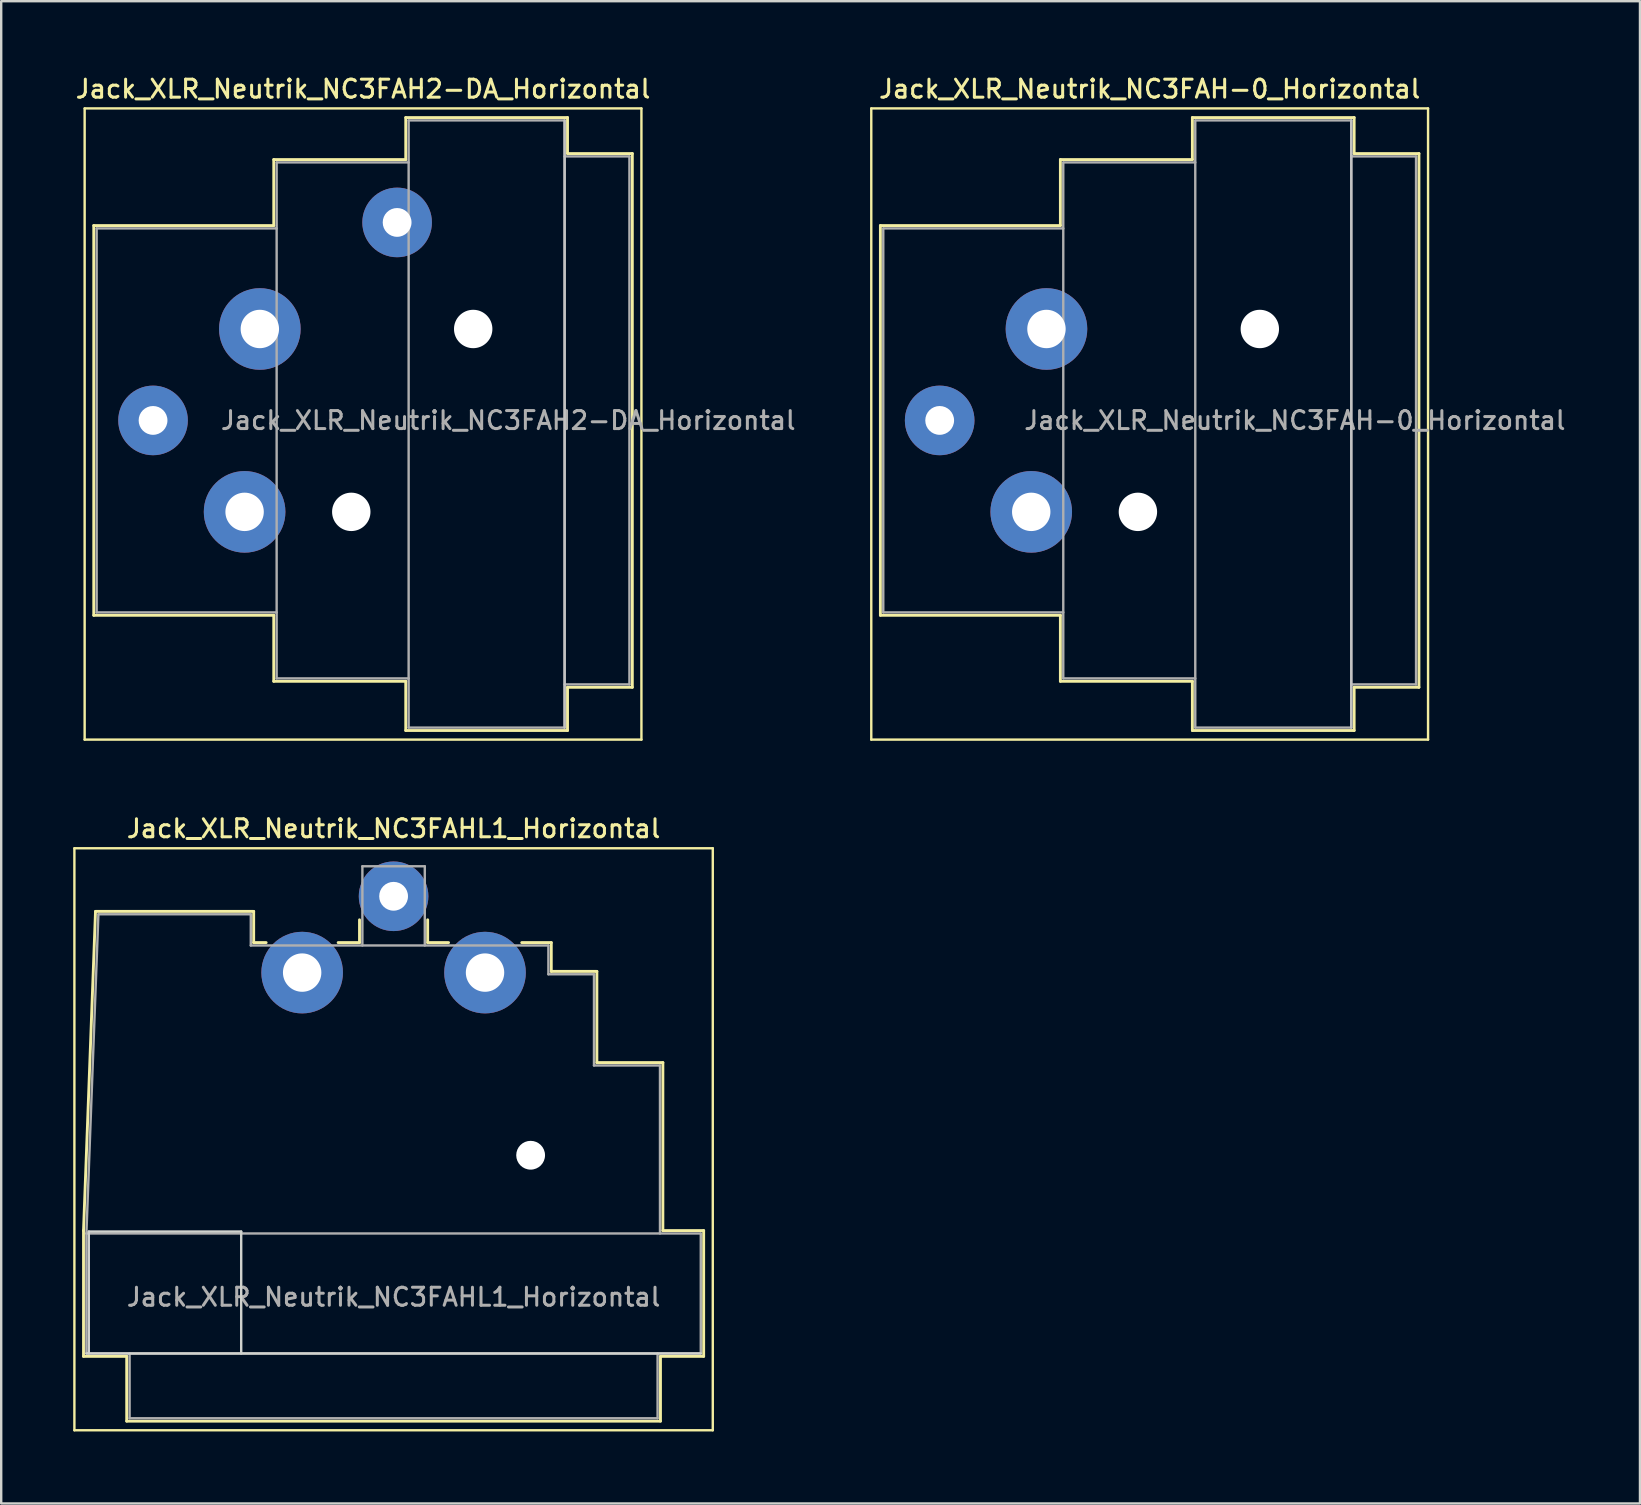
<source format=kicad_pcb>
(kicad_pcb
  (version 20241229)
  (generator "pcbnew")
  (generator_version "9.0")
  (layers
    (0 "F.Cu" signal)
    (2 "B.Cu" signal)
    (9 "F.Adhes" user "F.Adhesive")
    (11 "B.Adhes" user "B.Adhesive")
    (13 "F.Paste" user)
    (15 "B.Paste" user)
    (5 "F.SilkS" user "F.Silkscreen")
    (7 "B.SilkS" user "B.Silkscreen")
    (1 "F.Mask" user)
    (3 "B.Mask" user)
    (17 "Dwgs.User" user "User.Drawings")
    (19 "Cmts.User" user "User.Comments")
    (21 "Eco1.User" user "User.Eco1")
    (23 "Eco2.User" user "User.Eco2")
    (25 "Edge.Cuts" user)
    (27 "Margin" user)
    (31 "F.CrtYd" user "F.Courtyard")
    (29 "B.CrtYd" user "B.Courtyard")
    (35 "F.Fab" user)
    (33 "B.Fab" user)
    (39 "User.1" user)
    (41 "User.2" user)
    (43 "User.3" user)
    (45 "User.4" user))
  (footprint "Jack_XLR_Neutrik_NC3FAH2-DA_Horizontal"
    (layer "F.Cu")
    (at 7.777 10.658)
    (property "Reference" "Jack_XLR_Neutrik_NC3FAH2-DA_Horizontal" (at 4.3 -10 0) (layer "F.SilkS") (effects (font (size 0.75 0.75) (thickness 0.125))))
    (attr through_hole)
    (fp_line (start -7.3 -9.19) (end -7.3 17.11) (stroke (width 0.1) (type solid)) (layer "F.SilkS"))
    (fp_line (start -6.92 -4.31) (end -6.92 11.93) (stroke (width 0.12) (type solid)) (layer "F.SilkS"))
    (fp_line (start 0.58 -7.06) (end 0.58 -4.31) (stroke (width 0.12) (type solid)) (layer "F.SilkS"))
    (fp_line (start 0.58 -4.31) (end -6.92 -4.31) (stroke (width 0.12) (type solid)) (layer "F.SilkS"))
    (fp_line (start 0.58 11.93) (end -6.92 11.93) (stroke (width 0.12) (type solid)) (layer "F.SilkS"))
    (fp_line (start 0.58 11.93) (end 0.58 14.68) (stroke (width 0.12) (type solid)) (layer "F.SilkS"))
    (fp_line (start 6.08 -7.06) (end 0.58 -7.06) (stroke (width 0.12) (type solid)) (layer "F.SilkS"))
    (fp_line (start 6.08 -7.06) (end 6.08 -8.81) (stroke (width 0.12) (type solid)) (layer "F.SilkS"))
    (fp_line (start 6.08 14.68) (end 0.58 14.68) (stroke (width 0.12) (type solid)) (layer "F.SilkS"))
    (fp_line (start 6.08 16.73) (end 6.08 14.68) (stroke (width 0.12) (type solid)) (layer "F.SilkS"))
    (fp_line (start 12.82 -8.81) (end 6.08 -8.81) (stroke (width 0.12) (type solid)) (layer "F.SilkS"))
    (fp_line (start 12.82 -8.81) (end 12.82 -7.31) (stroke (width 0.12) (type solid)) (layer "F.SilkS"))
    (fp_line (start 12.82 -7.31) (end 15.52 -7.31) (stroke (width 0.12) (type solid)) (layer "F.SilkS"))
    (fp_line (start 12.82 14.93) (end 12.82 16.73) (stroke (width 0.12) (type solid)) (layer "F.SilkS"))
    (fp_line (start 12.82 14.93) (end 15.52 14.93) (stroke (width 0.12) (type solid)) (layer "F.SilkS"))
    (fp_line (start 12.82 16.73) (end 6.08 16.73) (stroke (width 0.12) (type solid)) (layer "F.SilkS"))
    (fp_line (start 15.52 -7.31) (end 15.52 14.93) (stroke (width 0.12) (type solid)) (layer "F.SilkS"))
    (fp_line (start 15.9 -9.19) (end -7.3 -9.19) (stroke (width 0.1) (type solid)) (layer "F.SilkS"))
    (fp_line (start 15.9 -9.19) (end 15.9 17.11) (stroke (width 0.1) (type solid)) (layer "F.SilkS"))
    (fp_line (start 15.9 17.11) (end -7.3 17.11) (stroke (width 0.1) (type solid)) (layer "F.SilkS"))
    (fp_line (start 12.7 -8.69) (end 12.7 16.61) (stroke (width 0.1) (type solid)) (layer "Dwgs.User"))
    (fp_line (start -6.8 -4.19) (end -6.8 11.81) (stroke (width 0.1) (type solid)) (layer "F.Fab"))
    (fp_line (start -6.8 11.81) (end 0.7 11.81) (stroke (width 0.1) (type solid)) (layer "F.Fab"))
    (fp_line (start 0.7 -6.94) (end 0.7 14.56) (stroke (width 0.1) (type solid)) (layer "F.Fab"))
    (fp_line (start 0.7 -4.19) (end -6.8 -4.19) (stroke (width 0.1) (type solid)) (layer "F.Fab"))
    (fp_line (start 0.7 14.56) (end 6.2 14.56) (stroke (width 0.1) (type solid)) (layer "F.Fab"))
    (fp_line (start 6.2 -8.69) (end 12.7 -8.69) (stroke (width 0.1) (type solid)) (layer "F.Fab"))
    (fp_line (start 6.2 -6.94) (end 0.7 -6.94) (stroke (width 0.1) (type solid)) (layer "F.Fab"))
    (fp_line (start 6.2 16.61) (end 6.2 -8.69) (stroke (width 0.1) (type solid)) (layer "F.Fab"))
    (fp_line (start 12.7 -8.69) (end 12.7 16.61) (stroke (width 0.1) (type solid)) (layer "F.Fab"))
    (fp_line (start 12.7 -7.19) (end 15.4 -7.19) (stroke (width 0.1) (type solid)) (layer "F.Fab"))
    (fp_line (start 12.7 16.61) (end 6.2 16.61) (stroke (width 0.1) (type solid)) (layer "F.Fab"))
    (fp_line (start 15.4 -7.19) (end 15.4 14.81) (stroke (width 0.1) (type solid)) (layer "F.Fab"))
    (fp_line (start 15.4 14.81) (end 12.7 14.81) (stroke (width 0.1) (type solid)) (layer "F.Fab"))
    (fp_text user "${REFERENCE}" (at 10.35 3.81 0) (layer "F.Fab") (effects (font (size 0.75 0.75) (thickness 0.125))))
    (pad "" np_thru_hole circle (at 3.81 7.62) (size 1.6 1.6) (drill 1.6) (layers "*.Cu" "*.Mask"))
    (pad "" np_thru_hole circle (at 8.89 0) (size 1.6 1.6) (drill 1.6) (layers "*.Cu" "*.Mask"))
    (pad "1" thru_hole circle (at 0 0) (size 3.4 3.4) (drill 1.6) (layers "*.Cu" "*.Mask"))
    (pad "2" thru_hole circle (at -0.635 7.62) (size 3.4 3.4) (drill 1.6) (layers "*.Cu" "*.Mask"))
    (pad "3" thru_hole circle (at -4.45 3.81) (size 2.9 2.9) (drill 1.2) (layers "*.Cu" "*.Mask"))
    (pad "G" thru_hole circle (at 5.72 -4.44) (size 2.9 2.9) (drill 1.2) (layers "*.Cu" "*.Mask")))
  (footprint "Jack_XLR_Neutrik_NC3FAH-0_Horizontal"
    (layer "F.Cu")
    (at 40.554 10.658)
    (property "Reference" "Jack_XLR_Neutrik_NC3FAH-0_Horizontal" (at 4.3 -10 0) (layer "F.SilkS") (effects (font (size 0.75 0.75) (thickness 0.125))))
    (attr through_hole)
    (fp_line (start -7.3 -9.19) (end -7.3 17.11) (stroke (width 0.1) (type solid)) (layer "F.SilkS"))
    (fp_line (start -6.92 -4.31) (end -6.92 11.93) (stroke (width 0.12) (type solid)) (layer "F.SilkS"))
    (fp_line (start 0.58 -7.06) (end 0.58 -4.31) (stroke (width 0.12) (type solid)) (layer "F.SilkS"))
    (fp_line (start 0.58 -4.31) (end -6.92 -4.31) (stroke (width 0.12) (type solid)) (layer "F.SilkS"))
    (fp_line (start 0.58 11.93) (end -6.92 11.93) (stroke (width 0.12) (type solid)) (layer "F.SilkS"))
    (fp_line (start 0.58 11.93) (end 0.58 14.68) (stroke (width 0.12) (type solid)) (layer "F.SilkS"))
    (fp_line (start 6.08 -7.06) (end 0.58 -7.06) (stroke (width 0.12) (type solid)) (layer "F.SilkS"))
    (fp_line (start 6.08 -7.06) (end 6.08 -8.81) (stroke (width 0.12) (type solid)) (layer "F.SilkS"))
    (fp_line (start 6.08 14.68) (end 0.58 14.68) (stroke (width 0.12) (type solid)) (layer "F.SilkS"))
    (fp_line (start 6.08 16.73) (end 6.08 14.68) (stroke (width 0.12) (type solid)) (layer "F.SilkS"))
    (fp_line (start 12.82 -8.81) (end 6.08 -8.81) (stroke (width 0.12) (type solid)) (layer "F.SilkS"))
    (fp_line (start 12.82 -8.81) (end 12.82 -7.31) (stroke (width 0.12) (type solid)) (layer "F.SilkS"))
    (fp_line (start 12.82 -7.31) (end 15.52 -7.31) (stroke (width 0.12) (type solid)) (layer "F.SilkS"))
    (fp_line (start 12.82 14.93) (end 12.82 16.73) (stroke (width 0.12) (type solid)) (layer "F.SilkS"))
    (fp_line (start 12.82 14.93) (end 15.52 14.93) (stroke (width 0.12) (type solid)) (layer "F.SilkS"))
    (fp_line (start 12.82 16.73) (end 6.08 16.73) (stroke (width 0.12) (type solid)) (layer "F.SilkS"))
    (fp_line (start 15.52 -7.31) (end 15.52 14.93) (stroke (width 0.12) (type solid)) (layer "F.SilkS"))
    (fp_line (start 15.9 -9.19) (end -7.3 -9.19) (stroke (width 0.1) (type solid)) (layer "F.SilkS"))
    (fp_line (start 15.9 -9.19) (end 15.9 17.11) (stroke (width 0.1) (type solid)) (layer "F.SilkS"))
    (fp_line (start 15.9 17.11) (end -7.3 17.11) (stroke (width 0.1) (type solid)) (layer "F.SilkS"))
    (fp_line (start 12.7 -8.69) (end 12.7 16.61) (stroke (width 0.1) (type solid)) (layer "Dwgs.User"))
    (fp_line (start -6.8 -4.19) (end -6.8 11.81) (stroke (width 0.1) (type solid)) (layer "F.Fab"))
    (fp_line (start -6.8 11.81) (end 0.7 11.81) (stroke (width 0.1) (type solid)) (layer "F.Fab"))
    (fp_line (start 0.7 -6.94) (end 0.7 14.56) (stroke (width 0.1) (type solid)) (layer "F.Fab"))
    (fp_line (start 0.7 -4.19) (end -6.8 -4.19) (stroke (width 0.1) (type solid)) (layer "F.Fab"))
    (fp_line (start 0.7 14.56) (end 6.2 14.56) (stroke (width 0.1) (type solid)) (layer "F.Fab"))
    (fp_line (start 6.2 -8.69) (end 12.7 -8.69) (stroke (width 0.1) (type solid)) (layer "F.Fab"))
    (fp_line (start 6.2 -6.94) (end 0.7 -6.94) (stroke (width 0.1) (type solid)) (layer "F.Fab"))
    (fp_line (start 6.2 16.61) (end 6.2 -8.69) (stroke (width 0.1) (type solid)) (layer "F.Fab"))
    (fp_line (start 12.7 -8.69) (end 12.7 16.61) (stroke (width 0.1) (type solid)) (layer "F.Fab"))
    (fp_line (start 12.7 -7.19) (end 15.4 -7.19) (stroke (width 0.1) (type solid)) (layer "F.Fab"))
    (fp_line (start 12.7 16.61) (end 6.2 16.61) (stroke (width 0.1) (type solid)) (layer "F.Fab"))
    (fp_line (start 15.4 -7.19) (end 15.4 14.81) (stroke (width 0.1) (type solid)) (layer "F.Fab"))
    (fp_line (start 15.4 14.81) (end 12.7 14.81) (stroke (width 0.1) (type solid)) (layer "F.Fab"))
    (fp_text user "${REFERENCE}" (at 10.35 3.81 0) (layer "F.Fab") (effects (font (size 0.75 0.75) (thickness 0.125))))
    (pad "" np_thru_hole circle (at 3.81 7.62) (size 1.6 1.6) (drill 1.6) (layers "*.Cu" "*.Mask"))
    (pad "" np_thru_hole circle (at 8.89 0) (size 1.6 1.6) (drill 1.6) (layers "*.Cu" "*.Mask"))
    (pad "1" thru_hole circle (at 0 0) (size 3.4 3.4) (drill 1.6) (layers "*.Cu" "*.Mask"))
    (pad "2" thru_hole circle (at -0.635 7.62) (size 3.4 3.4) (drill 1.6) (layers "*.Cu" "*.Mask"))
    (pad "3" thru_hole circle (at -4.45 3.81) (size 2.9 2.9) (drill 1.2) (layers "*.Cu" "*.Mask")))
  (footprint "Jack_XLR_Neutrik_NC3FAHL1_Horizontal"
    (layer "F.Cu")
    (at 9.54 37.476)
    (property "Reference" "Jack_XLR_Neutrik_NC3FAHL1_Horizontal" (at 3.81 -6 0) (layer "F.SilkS") (effects (font (size 0.75 0.75) (thickness 0.125))))
    (attr through_hole)
    (fp_line (start -9.49 19.07) (end -9.49 -5.18) (stroke (width 0.1) (type solid)) (layer "F.SilkS"))
    (fp_line (start -9.11 10.75) (end -8.61 -2.55) (stroke (width 0.12) (type solid)) (layer "F.SilkS"))
    (fp_line (start -9.11 15.99) (end -9.11 10.75) (stroke (width 0.12) (type solid)) (layer "F.SilkS"))
    (fp_line (start -8.61 -2.55) (end -2.02 -2.55) (stroke (width 0.12) (type solid)) (layer "F.SilkS"))
    (fp_line (start -7.31 15.99) (end -9.11 15.99) (stroke (width 0.12) (type solid)) (layer "F.SilkS"))
    (fp_line (start -7.31 15.99) (end -7.31 18.69) (stroke (width 0.12) (type solid)) (layer "F.SilkS"))
    (fp_line (start -2.02 -2.55) (end -2.02 -1.25) (stroke (width 0.12) (type solid)) (layer "F.SilkS"))
    (fp_line (start -2.02 -1.25) (end -1.5 -1.25) (stroke (width 0.12) (type solid)) (layer "F.SilkS"))
    (fp_line (start 1.5 -1.25) (end 2.39 -1.25) (stroke (width 0.12) (type solid)) (layer "F.SilkS"))
    (fp_line (start 2.39 -1.25) (end 2.39 -2.2) (stroke (width 0.12) (type solid)) (layer "F.SilkS"))
    (fp_line (start 5.23 -1.25) (end 5.23 -2.2) (stroke (width 0.12) (type solid)) (layer "F.SilkS"))
    (fp_line (start 5.23 -1.25) (end 6.1 -1.25) (stroke (width 0.12) (type solid)) (layer "F.SilkS"))
    (fp_line (start 9.15 -1.25) (end 10.38 -1.25) (stroke (width 0.12) (type solid)) (layer "F.SilkS"))
    (fp_line (start 10.38 -0.05) (end 10.38 -1.25) (stroke (width 0.12) (type solid)) (layer "F.SilkS"))
    (fp_line (start 10.38 -0.05) (end 12.28 -0.05) (stroke (width 0.12) (type solid)) (layer "F.SilkS"))
    (fp_line (start 12.28 3.75) (end 12.28 -0.05) (stroke (width 0.12) (type solid)) (layer "F.SilkS"))
    (fp_line (start 12.28 3.75) (end 15.03 3.75) (stroke (width 0.12) (type solid)) (layer "F.SilkS"))
    (fp_line (start 14.93 15.99) (end 14.93 18.69) (stroke (width 0.12) (type solid)) (layer "F.SilkS"))
    (fp_line (start 14.93 18.69) (end -7.31 18.69) (stroke (width 0.12) (type solid)) (layer "F.SilkS"))
    (fp_line (start 15.03 10.75) (end 15.03 3.75) (stroke (width 0.12) (type solid)) (layer "F.SilkS"))
    (fp_line (start 15.03 10.75) (end 16.73 10.75) (stroke (width 0.12) (type solid)) (layer "F.SilkS"))
    (fp_line (start 16.73 15.99) (end 14.93 15.99) (stroke (width 0.12) (type solid)) (layer "F.SilkS"))
    (fp_line (start 16.73 15.99) (end 16.73 10.75) (stroke (width 0.12) (type solid)) (layer "F.SilkS"))
    (fp_line (start 17.11 -5.18) (end -9.49 -5.18) (stroke (width 0.1) (type solid)) (layer "F.SilkS"))
    (fp_line (start 17.11 19.07) (end -9.49 19.07) (stroke (width 0.1) (type solid)) (layer "F.SilkS"))
    (fp_line (start 17.11 19.07) (end 17.11 -5.18) (stroke (width 0.1) (type solid)) (layer "F.SilkS"))
    (fp_line (start -8.89 10.79) (end -8.89 15.87) (stroke (width 0.1) (type solid)) (layer "Edge.Cuts"))
    (fp_line (start -2.54 10.79) (end -8.89 10.79) (stroke (width 0.1) (type solid)) (layer "Edge.Cuts"))
    (fp_line (start -2.54 15.87) (end -2.54 10.79) (stroke (width 0.1) (type solid)) (layer "Edge.Cuts"))
    (fp_line (start 16.61 15.87) (end -8.99 15.87) (stroke (width 0.1) (type solid)) (layer "Edge.Cuts"))
    (fp_line (start -8.99 10.87) (end 16.61 10.87) (stroke (width 0.1) (type solid)) (layer "F.Fab"))
    (fp_line (start -8.99 15.87) (end -8.99 10.87) (stroke (width 0.1) (type solid)) (layer "F.Fab"))
    (fp_line (start -8.49 -2.43) (end -8.99 10.87) (stroke (width 0.1) (type solid)) (layer "F.Fab"))
    (fp_line (start -8.49 -2.43) (end -2.14 -2.43) (stroke (width 0.1) (type solid)) (layer "F.Fab"))
    (fp_line (start -7.19 18.57) (end -7.19 15.87) (stroke (width 0.1) (type solid)) (layer "F.Fab"))
    (fp_line (start -2.14 -1.13) (end -2.14 -2.43) (stroke (width 0.1) (type solid)) (layer "F.Fab"))
    (fp_line (start -2.14 -1.13) (end 10.26 -1.13) (stroke (width 0.1) (type solid)) (layer "F.Fab"))
    (fp_line (start 2.51 -4.43) (end 2.51 -1.13) (stroke (width 0.1) (type solid)) (layer "F.Fab"))
    (fp_line (start 2.51 -4.43) (end 5.11 -4.43) (stroke (width 0.1) (type solid)) (layer "F.Fab"))
    (fp_line (start 5.11 -4.43) (end 5.11 -1.13) (stroke (width 0.1) (type solid)) (layer "F.Fab"))
    (fp_line (start 10.26 -1.13) (end 10.26 0.07) (stroke (width 0.1) (type solid)) (layer "F.Fab"))
    (fp_line (start 10.26 0.07) (end 12.16 0.07) (stroke (width 0.1) (type solid)) (layer "F.Fab"))
    (fp_line (start 12.16 0.07) (end 12.16 3.87) (stroke (width 0.1) (type solid)) (layer "F.Fab"))
    (fp_line (start 12.16 3.87) (end 14.91 3.87) (stroke (width 0.1) (type solid)) (layer "F.Fab"))
    (fp_line (start 14.81 15.87) (end 14.81 18.57) (stroke (width 0.1) (type solid)) (layer "F.Fab"))
    (fp_line (start 14.81 18.57) (end -7.19 18.57) (stroke (width 0.1) (type solid)) (layer "F.Fab"))
    (fp_line (start 14.91 3.87) (end 14.91 10.87) (stroke (width 0.1) (type solid)) (layer "F.Fab"))
    (fp_line (start 16.61 10.87) (end 16.61 15.87) (stroke (width 0.1) (type solid)) (layer "F.Fab"))
    (fp_line (start 16.61 15.87) (end -8.99 15.87) (stroke (width 0.1) (type solid)) (layer "F.Fab"))
    (fp_text user "${REFERENCE}" (at 3.81 13.52 0) (layer "F.Fab") (effects (font (size 0.75 0.75) (thickness 0.125))))
    (pad "" np_thru_hole circle (at 9.52 7.61) (size 1.2 1.2) (drill 1.2) (layers "*.Cu" "*.Mask"))
    (pad "1" thru_hole circle (at 0 0) (size 3.4 3.4) (drill 1.6) (layers "*.Cu" "*.Mask"))
    (pad "2" thru_hole circle (at 3.81 -3.18) (size 2.9 2.9) (drill 1.2) (layers "*.Cu" "*.Mask"))
    (pad "3" thru_hole circle (at 7.62 0) (size 3.4 3.4) (drill 1.6) (layers "*.Cu" "*.Mask")))
  (gr_rect
    (start -3 -3)
    (end 65.284 59.596)
    (stroke (width 0.1) (type default))
    (fill no)
    (layer "Edge.Cuts")))
</source>
